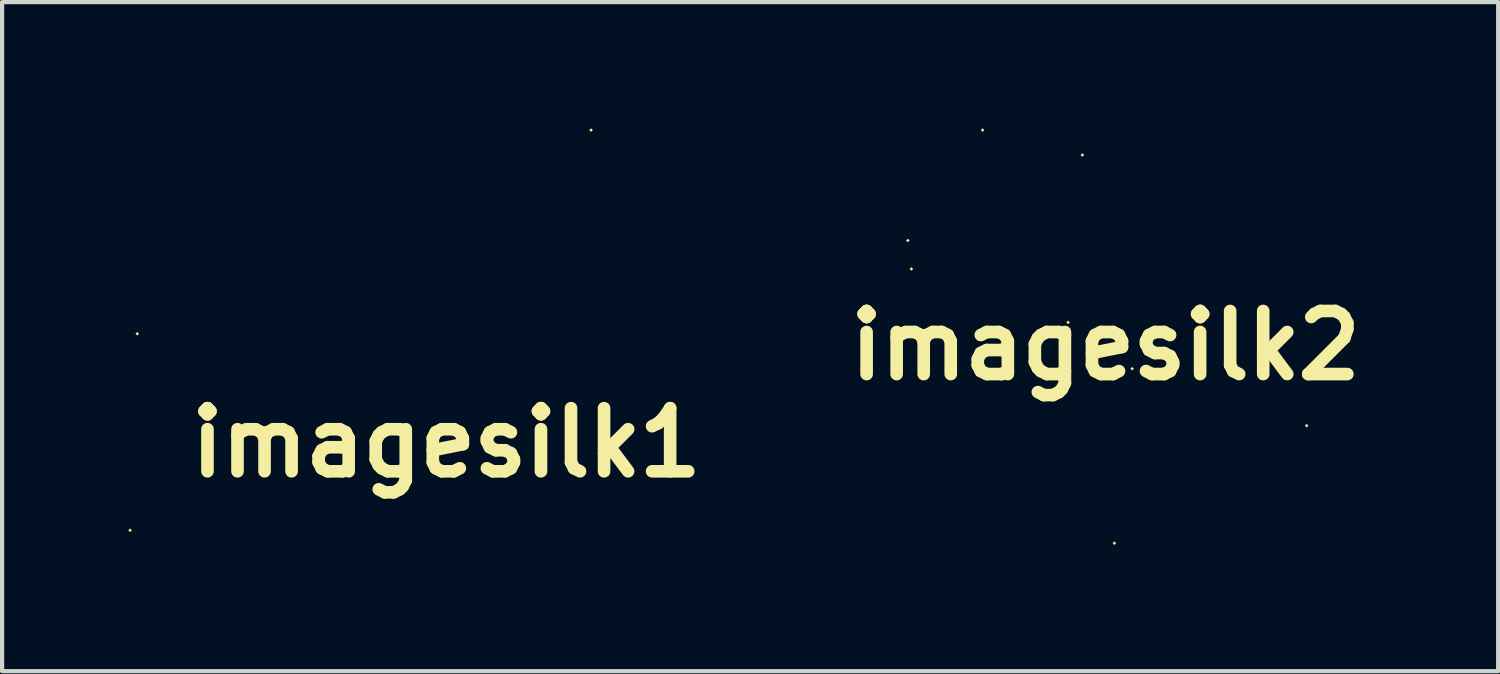
<source format=kicad_pcb>
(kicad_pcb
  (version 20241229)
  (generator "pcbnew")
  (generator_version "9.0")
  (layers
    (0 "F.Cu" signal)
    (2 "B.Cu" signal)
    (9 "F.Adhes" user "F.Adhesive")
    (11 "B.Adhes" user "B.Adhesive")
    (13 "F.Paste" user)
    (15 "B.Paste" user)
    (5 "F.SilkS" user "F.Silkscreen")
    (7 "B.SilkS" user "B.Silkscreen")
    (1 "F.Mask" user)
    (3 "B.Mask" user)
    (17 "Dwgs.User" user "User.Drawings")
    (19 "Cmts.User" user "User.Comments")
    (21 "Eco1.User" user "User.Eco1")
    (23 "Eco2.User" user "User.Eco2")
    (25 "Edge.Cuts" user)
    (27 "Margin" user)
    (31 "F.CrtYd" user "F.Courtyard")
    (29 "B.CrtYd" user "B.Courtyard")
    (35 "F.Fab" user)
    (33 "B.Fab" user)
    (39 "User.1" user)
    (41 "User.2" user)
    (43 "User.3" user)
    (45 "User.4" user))
  (footprint "imagesilk1"
    (layer "F.Cu")
    (at 7.561 7.476)
    (property "Reference" "imagesilk1" (at 0 0 0) (layer "F.SilkS") (effects (font (size 1.5 1.5) (thickness 0.3))))
    (attr board_only exclude_from_pos_files exclude_from_bom)
    (fp_poly (pts (xy -7.476 2.081) (xy -7.518 2.124) (xy -7.561 2.081) (xy -7.518 2.039)) (stroke (width 0) (type solid)) (fill yes) (layer "F.SilkS"))
    (fp_poly (pts (xy -7.306 -2.591) (xy -7.348 -2.548) (xy -7.391 -2.591) (xy -7.348 -2.633)) (stroke (width 0) (type solid)) (fill yes) (layer "F.SilkS"))
    (fp_poly (pts (xy 3.483 -7.433) (xy 3.44 -7.391) (xy 3.398 -7.433) (xy 3.44 -7.476)) (stroke (width 0) (type solid)) (fill yes) (layer "F.SilkS")))
  (footprint "imagesilk2"
    (layer "F.Cu")
    (at 23.232 5.165)
    (property "Reference" "imagesilk2" (at 0 0 0) (layer "F.SilkS") (effects (font (size 1.5 1.5) (thickness 0.3))))
    (attr board_only exclude_from_pos_files exclude_from_bom)
    (fp_poly (pts (xy -4.657 -2.498) (xy -4.699 -2.455) (xy -4.741 -2.498) (xy -4.699 -2.54)) (stroke (width 0) (type solid)) (fill yes) (layer "F.SilkS"))
    (fp_poly (pts (xy -4.572 -1.82) (xy -4.614 -1.778) (xy -4.657 -1.82) (xy -4.614 -1.863)) (stroke (width 0) (type solid)) (fill yes) (layer "F.SilkS"))
    (fp_poly (pts (xy -2.879 -5.122) (xy -2.921 -5.08) (xy -2.963 -5.122) (xy -2.921 -5.165)) (stroke (width 0) (type solid)) (fill yes) (layer "F.SilkS"))
    (fp_poly (pts (xy -0.847 -0.55) (xy -0.889 -0.508) (xy -0.931 -0.55) (xy -0.889 -0.593)) (stroke (width 0) (type solid)) (fill yes) (layer "F.SilkS"))
    (fp_poly (pts (xy -0.508 -4.53) (xy -0.55 -4.487) (xy -0.593 -4.53) (xy -0.55 -4.572)) (stroke (width 0) (type solid)) (fill yes) (layer "F.SilkS"))
    (fp_poly (pts (xy 0.254 4.699) (xy 0.212 4.741) (xy 0.169 4.699) (xy 0.212 4.657)) (stroke (width 0) (type solid)) (fill yes) (layer "F.SilkS"))
    (fp_poly (pts (xy 0.677 0.55) (xy 0.635 0.593) (xy 0.593 0.55) (xy 0.635 0.508)) (stroke (width 0) (type solid)) (fill yes) (layer "F.SilkS"))
    (fp_poly (pts (xy 1.101 0.635) (xy 1.058 0.677) (xy 1.016 0.635) (xy 1.058 0.593)) (stroke (width 0) (type solid)) (fill yes) (layer "F.SilkS"))
    (fp_poly (pts (xy 4.826 1.905) (xy 4.784 1.947) (xy 4.741 1.905) (xy 4.784 1.863)) (stroke (width 0) (type solid)) (fill yes) (layer "F.SilkS")))
  (gr_rect
    (start -3 -3)
    (end 32.568 12.906)
    (stroke (width 0.1) (type default))
    (fill no)
    (layer "Edge.Cuts")))
</source>
